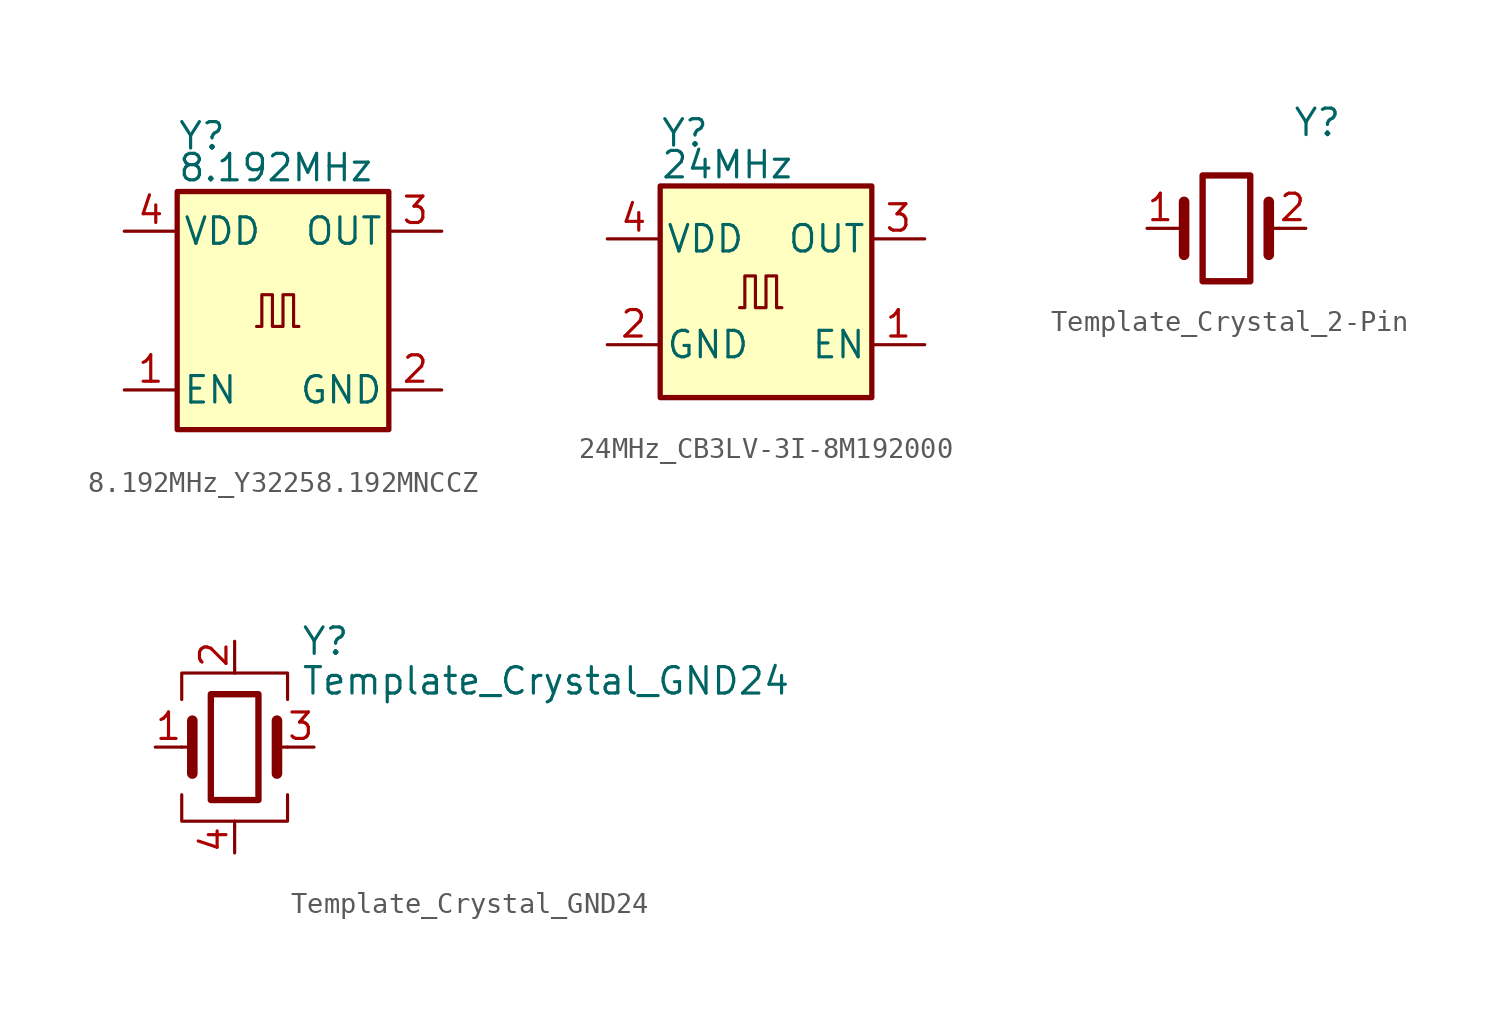
<source format=kicad_sym>
(kicad_symbol_lib
  (version 20241209)
  (generator "kicad_symbol_editor")
  (generator_version "9.0")
  (symbol "8.192MHz_Y32258.192MNCCZ"
    (pin_names
      (offset 0.254))
    (property "Reference" "Y"
      (at -5.08 8.382 0)
      (effects (font (size 1.27 1.27)) (justify left)))
    (property "Value" "8.192MHz"
      (at -5.08 6.858 0)
      (effects (font (size 1.27 1.27)) (justify left)))
    (symbol "8.192MHz_Y32258.192MNCCZ_0_1"
      (rectangle (start -5.08 5.715) (end 5.08 -5.715) (stroke (width 0.254) (type default)) (fill (type background)))
      (polyline (pts (xy -1.27 -0.762) (xy -1.016 -0.762) (xy -1.016 0.762) (xy -0.508 0.762) (xy -0.508 -0.762) (xy 0 -0.762) (xy 0 0.762) (xy 0.508 0.762) (xy 0.508 -0.762) (xy 0.762 -0.762)) (stroke (width 0) (type default)) (fill (type none))))
    (symbol "8.192MHz_Y32258.192MNCCZ_1_1"
      (pin power_in line (at -7.62 3.81 0) (length 2.54) (name "VDD" (effects (font (size 1.27 1.27)))) (number "4" (effects (font (size 1.27 1.27)))))
      (pin input line (at -7.62 -3.81 0) (length 2.54) (name "EN" (effects (font (size 1.27 1.27)))) (number "1" (effects (font (size 1.27 1.27)))))
      (pin output line (at 7.62 3.81 180) (length 2.54) (name "OUT" (effects (font (size 1.27 1.27)))) (number "3" (effects (font (size 1.27 1.27)))))
      (pin power_in line (at 7.62 -3.81 180) (length 2.54) (name "GND" (effects (font (size 1.27 1.27)))) (number "2" (effects (font (size 1.27 1.27)))))))
  (symbol "24MHz_CB3LV-3I-8M192000"
    (pin_names
      (offset 0.254))
    (property "Reference" "Y"
      (at -5.08 7.62 0)
      (effects (font (size 1.27 1.27)) (justify left)))
    (property "Value" "24MHz"
      (at -5.08 6.096 0)
      (effects (font (size 1.27 1.27)) (justify left)))
    (symbol "24MHz_CB3LV-3I-8M192000_0_1"
      (rectangle (start -5.08 5.08) (end 5.08 -5.08) (stroke (width 0.254) (type default)) (fill (type background)))
      (polyline (pts (xy -1.27 -0.762) (xy -1.016 -0.762) (xy -1.016 0.762) (xy -0.508 0.762) (xy -0.508 -0.762) (xy 0 -0.762) (xy 0 0.762) (xy 0.508 0.762) (xy 0.508 -0.762) (xy 0.762 -0.762)) (stroke (width 0) (type default)) (fill (type none))))
    (symbol "24MHz_CB3LV-3I-8M192000_1_1"
      (pin power_in line (at -7.62 2.54 0) (length 2.54) (name "VDD" (effects (font (size 1.27 1.27)))) (number "4" (effects (font (size 1.27 1.27)))))
      (pin power_in line (at -7.62 -2.54 0) (length 2.54) (name "GND" (effects (font (size 1.27 1.27)))) (number "2" (effects (font (size 1.27 1.27)))))
      (pin output line (at 7.62 2.54 180) (length 2.54) (name "OUT" (effects (font (size 1.27 1.27)))) (number "3" (effects (font (size 1.27 1.27)))))
      (pin input line (at 7.62 -2.54 180) (length 2.54) (name "EN" (effects (font (size 1.27 1.27)))) (number "1" (effects (font (size 1.27 1.27)))))))
  (symbol "Template_Crystal_2-Pin"
    (pin_names
      (offset 1.016)
      (hide yes))
    (property "Reference" "Y"
      (at 3.175 5.08 0)
      (effects (font (size 1.27 1.27)) (justify left)))
    (property "Value" ""
      (at 3.175 3.175 0)
      (effects (font (size 1.27 1.27)) (justify left)))
    (symbol "Template_Crystal_2-Pin_0_1"
      (polyline (pts (xy -2.54 0) (xy -2.032 0)) (stroke (width 0) (type default)) (fill (type none)))
      (polyline (pts (xy -2.032 -1.27) (xy -2.032 1.27)) (stroke (width 0.508) (type default)) (fill (type none)))
      (rectangle (start -1.143 2.54) (end 1.143 -2.54) (stroke (width 0.305) (type default)) (fill (type none)))
      (polyline (pts (xy 2.032 0) (xy 2.54 0)) (stroke (width 0) (type default)) (fill (type none)))
      (polyline (pts (xy 2.032 -1.27) (xy 2.032 1.27)) (stroke (width 0.508) (type default)) (fill (type none))))
    (symbol "Template_Crystal_2-Pin_1_1"
      (pin passive line (at -3.81 0 0) (length 1.27) (name "1" (effects (font (size 1.27 1.27)))) (number "1" (effects (font (size 1.27 1.27)))))
      (pin passive line (at 3.81 0 180) (length 1.27) (name "2" (effects (font (size 1.27 1.27)))) (number "2" (effects (font (size 1.27 1.27)))))))
  (symbol "Template_Crystal_GND24"
    (pin_names
      (offset 1.016)
      (hide yes))
    (property "Reference" "Y"
      (at 3.175 5.08 0)
      (do_not_autoplace)
      (effects (font (size 1.27 1.27)) (justify left)))
    (property "Value" "Template_Crystal_GND24"
      (at 3.175 3.175 0)
      (do_not_autoplace)
      (effects (font (size 1.27 1.27)) (justify left)))
    (symbol "Template_Crystal_GND24_0_1"
      (polyline (pts (xy -2.54 2.286) (xy -2.54 3.556) (xy 2.54 3.556) (xy 2.54 2.286)) (stroke (width 0) (type default)) (fill (type none)))
      (polyline (pts (xy -2.54 0) (xy -2.032 0)) (stroke (width 0) (type default)) (fill (type none)))
      (polyline (pts (xy -2.54 -2.286) (xy -2.54 -3.556) (xy 2.54 -3.556) (xy 2.54 -2.286)) (stroke (width 0) (type default)) (fill (type none)))
      (polyline (pts (xy -2.032 -1.27) (xy -2.032 1.27)) (stroke (width 0.508) (type default)) (fill (type none)))
      (rectangle (start -1.143 2.54) (end 1.143 -2.54) (stroke (width 0.305) (type default)) (fill (type none)))
      (polyline (pts (xy 0 3.556) (xy 0 3.81)) (stroke (width 0) (type default)) (fill (type none)))
      (polyline (pts (xy 0 -3.81) (xy 0 -3.556)) (stroke (width 0) (type default)) (fill (type none)))
      (polyline (pts (xy 2.032 0) (xy 2.54 0)) (stroke (width 0) (type default)) (fill (type none)))
      (polyline (pts (xy 2.032 -1.27) (xy 2.032 1.27)) (stroke (width 0.508) (type default)) (fill (type none))))
    (symbol "Template_Crystal_GND24_1_1"
      (pin passive line (at -3.81 0 0) (length 1.27) (name "1" (effects (font (size 1.27 1.27)))) (number "1" (effects (font (size 1.27 1.27)))))
      (pin passive line (at 0 5.08 270) (length 1.27) (name "2" (effects (font (size 1.27 1.27)))) (number "2" (effects (font (size 1.27 1.27)))))
      (pin passive line (at 0 -5.08 90) (length 1.27) (name "4" (effects (font (size 1.27 1.27)))) (number "4" (effects (font (size 1.27 1.27)))))
      (pin passive line (at 3.81 0 180) (length 1.27) (name "3" (effects (font (size 1.27 1.27)))) (number "3" (effects (font (size 1.27 1.27))))))))
</source>
